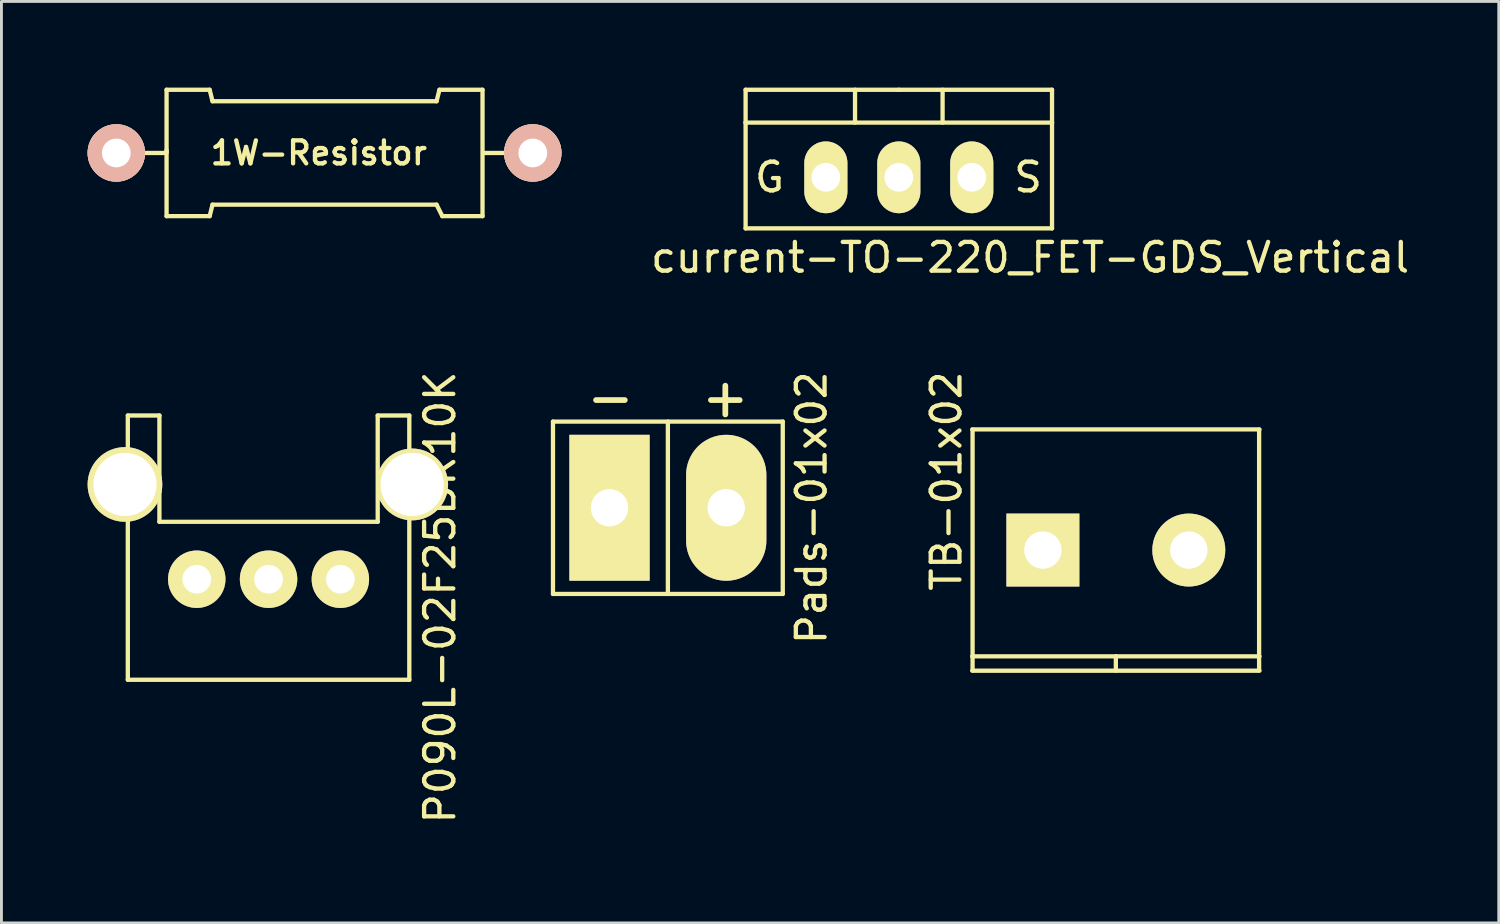
<source format=kicad_pcb>
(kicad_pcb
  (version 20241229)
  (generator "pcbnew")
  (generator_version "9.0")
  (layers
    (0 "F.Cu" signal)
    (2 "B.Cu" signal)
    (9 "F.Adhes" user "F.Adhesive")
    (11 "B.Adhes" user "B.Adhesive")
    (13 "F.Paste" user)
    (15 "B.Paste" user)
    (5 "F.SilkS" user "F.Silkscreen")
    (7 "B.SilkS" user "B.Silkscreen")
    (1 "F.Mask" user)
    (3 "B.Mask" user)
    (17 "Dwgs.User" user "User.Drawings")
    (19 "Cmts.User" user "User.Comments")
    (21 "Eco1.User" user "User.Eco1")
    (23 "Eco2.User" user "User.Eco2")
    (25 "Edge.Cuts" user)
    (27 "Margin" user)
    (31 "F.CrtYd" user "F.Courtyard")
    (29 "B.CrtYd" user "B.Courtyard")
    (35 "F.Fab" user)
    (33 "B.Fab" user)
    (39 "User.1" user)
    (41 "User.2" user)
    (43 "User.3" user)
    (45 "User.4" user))
  (footprint "TB-01x02"
    (layer "F.Cu")
    (at 35.798 16.1)
    (property "Reference" "TB-01x02" (at -5.9 -2.4 90) (layer "F.SilkS") (effects (font (size 1 1) (thickness 0.15))))
    (attr through_hole)
    (fp_line (start -5 4.2) (end 5 4.2) (stroke (width 0.15) (type solid)) (layer "F.SilkS"))
    (fp_line (start -4.988 -4.191) (end -4.988 4.191) (stroke (width 0.15) (type solid)) (layer "F.SilkS"))
    (fp_line (start 0 3.7) (end -5 3.7) (stroke (width 0.15) (type solid)) (layer "F.SilkS"))
    (fp_line (start 0 3.7) (end 5 3.7) (stroke (width 0.15) (type solid)) (layer "F.SilkS"))
    (fp_line (start 0 4.2) (end 0 3.7) (stroke (width 0.15) (type solid)) (layer "F.SilkS"))
    (fp_line (start 4.988 4.191) (end 4.988 -4.191) (stroke (width 0.15) (type solid)) (layer "F.SilkS"))
    (fp_line (start 5 -4.2) (end -5 -4.2) (stroke (width 0.15) (type solid)) (layer "F.SilkS"))
    (pad "1" thru_hole rect (at -2.54 0) (size 2.54 2.54) (drill 1.3) (layers "*.Cu" "*.Mask" "F.SilkS"))
    (pad "2" thru_hole oval (at 2.54 0) (size 2.54 2.54) (drill 1.3) (layers "*.Cu" "*.Mask" "F.SilkS")))
  (footprint "P090L-02F25BR10K"
    (layer "F.Cu")
    (at 6.3 17.116)
    (property "Reference" "P090L-02F25BR10K" (at 5.969 0.635 90) (layer "F.SilkS") (effects (font (size 1.016 1.016) (thickness 0.15))))
    (attr through_hole)
    (fp_line (start -4.9 -5.7) (end -4.9 3.5) (stroke (width 0.15) (type solid)) (layer "F.SilkS"))
    (fp_line (start -4.9 3.5) (end 4.9 3.5) (stroke (width 0.15) (type solid)) (layer "F.SilkS"))
    (fp_line (start -3.8 -5.7) (end -4.9 -5.7) (stroke (width 0.15) (type solid)) (layer "F.SilkS"))
    (fp_line (start -3.8 -5.7) (end -3.8 -2) (stroke (width 0.15) (type solid)) (layer "F.SilkS"))
    (fp_line (start -3.8 -2) (end 3.8 -2) (stroke (width 0.15) (type solid)) (layer "F.SilkS"))
    (fp_line (start 3.8 -5.7) (end 4.9 -5.7) (stroke (width 0.15) (type solid)) (layer "F.SilkS"))
    (fp_line (start 3.8 -2) (end 3.8 -5.7) (stroke (width 0.15) (type solid)) (layer "F.SilkS"))
    (fp_line (start 4.9 -5.7) (end 4.9 3.5) (stroke (width 0.15) (type solid)) (layer "F.SilkS"))
    (fp_line (start -2.178 3.556) (end -2.178 8.89) (stroke (width 0.15) (type solid)) (layer "Eco1.User"))
    (fp_line (start -2.178 8.89) (end 2.14 8.89) (stroke (width 0.15) (type solid)) (layer "Eco1.User"))
    (fp_line (start 2.14 8.89) (end 2.14 3.556) (stroke (width 0.15) (type solid)) (layer "Eco1.User"))
    (pad "" thru_hole circle (at -5 -3.3) (size 2.6 2.6) (drill 2.2) (layers "*.Cu" "*.Mask" "F.SilkS"))
    (pad "" thru_hole circle (at 5 -3.3) (size 2.5 2.5) (drill 2.2) (layers "*.Cu" "*.Mask" "F.SilkS"))
    (pad "1" thru_hole circle (at -2.5 0) (size 2 2) (drill 1) (layers "*.Cu" "*.Mask" "F.SilkS"))
    (pad "2" thru_hole circle (at 0 0) (size 2 2) (drill 1) (layers "*.Cu" "*.Mask" "F.SilkS"))
    (pad "3" thru_hole circle (at 2.5 0) (size 2 2) (drill 1) (layers "*.Cu" "*.Mask" "F.SilkS")))
  (footprint "1W-Resistor"
    (layer "F.Cu")
    (at 8.249 2.275)
    (property "Reference" "1W-Resistor" (at -0.2 0 0) (layer "F.SilkS") (effects (font (size 0.8 0.8) (thickness 0.15))))
    (attr through_hole)
    (fp_line (start -6.85 0) (end -5.58 0) (stroke (width 0.15) (type solid)) (layer "F.SilkS"))
    (fp_line (start -5.5 0) (end -5.5 -2.2) (stroke (width 0.15) (type solid)) (layer "F.SilkS"))
    (fp_line (start -5.5 2.2) (end -5.5 -0.1) (stroke (width 0.15) (type solid)) (layer "F.SilkS"))
    (fp_line (start -4 -2.2) (end -5.5 -2.2) (stroke (width 0.15) (type solid)) (layer "F.SilkS"))
    (fp_line (start -4 -2.2) (end -3.9 -1.8) (stroke (width 0.15) (type solid)) (layer "F.SilkS"))
    (fp_line (start -4 2.2) (end -5.5 2.2) (stroke (width 0.15) (type solid)) (layer "F.SilkS"))
    (fp_line (start -4 2.2) (end -3.9 1.8) (stroke (width 0.15) (type solid)) (layer "F.SilkS"))
    (fp_line (start -3.9 -1.8) (end 3.9 -1.8) (stroke (width 0.15) (type solid)) (layer "F.SilkS"))
    (fp_line (start -3.9 1.8) (end 3.9 1.8) (stroke (width 0.15) (type solid)) (layer "F.SilkS"))
    (fp_line (start 3.9 -1.8) (end 4 -2.2) (stroke (width 0.15) (type solid)) (layer "F.SilkS"))
    (fp_line (start 3.9 1.8) (end 4.1 2.2) (stroke (width 0.15) (type solid)) (layer "F.SilkS"))
    (fp_line (start 4 -2.2) (end 5.5 -2.2) (stroke (width 0.15) (type solid)) (layer "F.SilkS"))
    (fp_line (start 4.1 2.2) (end 5.5 2.2) (stroke (width 0.15) (type solid)) (layer "F.SilkS"))
    (fp_line (start 5.5 -2.2) (end 5.5 2.2) (stroke (width 0.15) (type solid)) (layer "F.SilkS"))
    (fp_line (start 6.85 0) (end 5.58 0) (stroke (width 0.15) (type solid)) (layer "F.SilkS"))
    (pad "1" thru_hole circle (at -7.25 0) (size 1.999 1.999) (drill 1.001) (layers "*.Cu" "*.SilkS" "*.Mask"))
    (pad "2" thru_hole circle (at 7.25 0) (size 1.999 1.999) (drill 1.001) (layers "*.Cu" "*.SilkS" "*.Mask")))
  (footprint "current-TO-220_FET-GDS_Vertical"
    (layer "F.Cu")
    (at 28.242 3.123)
    (property "Reference" "current-TO-220_FET-GDS_Vertical" (at 4.572 2.794 0) (layer "F.SilkS") (effects (font (size 1 1) (thickness 0.15))))
    (attr through_hole)
    (fp_line (start -5.334 -1.905) (end -5.334 -3.048) (stroke (width 0.15) (type solid)) (layer "F.SilkS"))
    (fp_line (start -5.334 1.778) (end -5.334 -1.905) (stroke (width 0.15) (type solid)) (layer "F.SilkS"))
    (fp_line (start -1.524 -3.048) (end -1.524 -1.905) (stroke (width 0.15) (type solid)) (layer "F.SilkS"))
    (fp_line (start 0 -3.048) (end -5.334 -3.048) (stroke (width 0.15) (type solid)) (layer "F.SilkS"))
    (fp_line (start 0 -3.048) (end 5.334 -3.048) (stroke (width 0.15) (type solid)) (layer "F.SilkS"))
    (fp_line (start 1.524 -3.048) (end 1.524 -1.905) (stroke (width 0.15) (type solid)) (layer "F.SilkS"))
    (fp_line (start 5.334 -3.048) (end 5.334 -1.905) (stroke (width 0.15) (type solid)) (layer "F.SilkS"))
    (fp_line (start 5.334 -1.905) (end -5.334 -1.905) (stroke (width 0.15) (type solid)) (layer "F.SilkS"))
    (fp_line (start 5.334 -1.905) (end 5.334 1.778) (stroke (width 0.15) (type solid)) (layer "F.SilkS"))
    (fp_line (start 5.334 1.778) (end -5.334 1.778) (stroke (width 0.15) (type solid)) (layer "F.SilkS"))
    (fp_text user "S" (at 4.5 0 0) (layer "F.SilkS") (effects (font (size 1 1) (thickness 0.15))))
    (fp_text user "G" (at -4.5 0 0) (layer "F.SilkS") (effects (font (size 1 1) (thickness 0.15))))
    (pad "D" thru_hole oval (at 0 0 90) (size 2.499 1.501) (drill 1.001) (layers "*.Cu" "*.Mask" "F.SilkS"))
    (pad "G" thru_hole oval (at -2.54 0 90) (size 2.499 1.501) (drill 1.001) (layers "*.Cu" "*.Mask" "F.SilkS"))
    (pad "S" thru_hole oval (at 2.54 0 90) (size 2.499 1.501) (drill 1.001) (layers "*.Cu" "*.Mask" "F.SilkS")))
  (footprint "Pads-01x02"
    (layer "F.Cu")
    (at 20.202 14.628)
    (property "Reference" "Pads-01x02" (at 5 0 90) (layer "F.SilkS") (effects (font (size 1 1) (thickness 0.15))))
    (attr through_hole)
    (fp_line (start -4 -3) (end -4 3) (stroke (width 0.15) (type solid)) (layer "F.SilkS"))
    (fp_line (start -4 3) (end 4 3) (stroke (width 0.15) (type solid)) (layer "F.SilkS"))
    (fp_line (start -1.5 -3.75) (end -2.5 -3.75) (stroke (width 0.2) (type solid)) (layer "F.SilkS"))
    (fp_line (start 0 -3) (end 0 3) (stroke (width 0.15) (type solid)) (layer "F.SilkS"))
    (fp_line (start 1.5 -3.75) (end 2.5 -3.75) (stroke (width 0.2) (type solid)) (layer "F.SilkS"))
    (fp_line (start 2 -3.25) (end 2 -4.25) (stroke (width 0.2) (type solid)) (layer "F.SilkS"))
    (fp_line (start 4 -3) (end -4 -3) (stroke (width 0.15) (type solid)) (layer "F.SilkS"))
    (fp_line (start 4 3) (end 4 -3) (stroke (width 0.15) (type solid)) (layer "F.SilkS"))
    (pad "1" thru_hole rect (at -2.032 0) (size 2.794 5.08) (drill 1.3) (layers "*.Cu" "*.Mask" "F.SilkS"))
    (pad "2" thru_hole oval (at 2.032 0) (size 2.794 5.08) (drill 1.3) (layers "*.Cu" "*.Mask" "F.SilkS")))
  (gr_rect
    (start -3 -3)
    (end 49.13 29.081)
    (stroke (width 0.1) (type default))
    (fill no)
    (layer "Edge.Cuts")))
</source>
